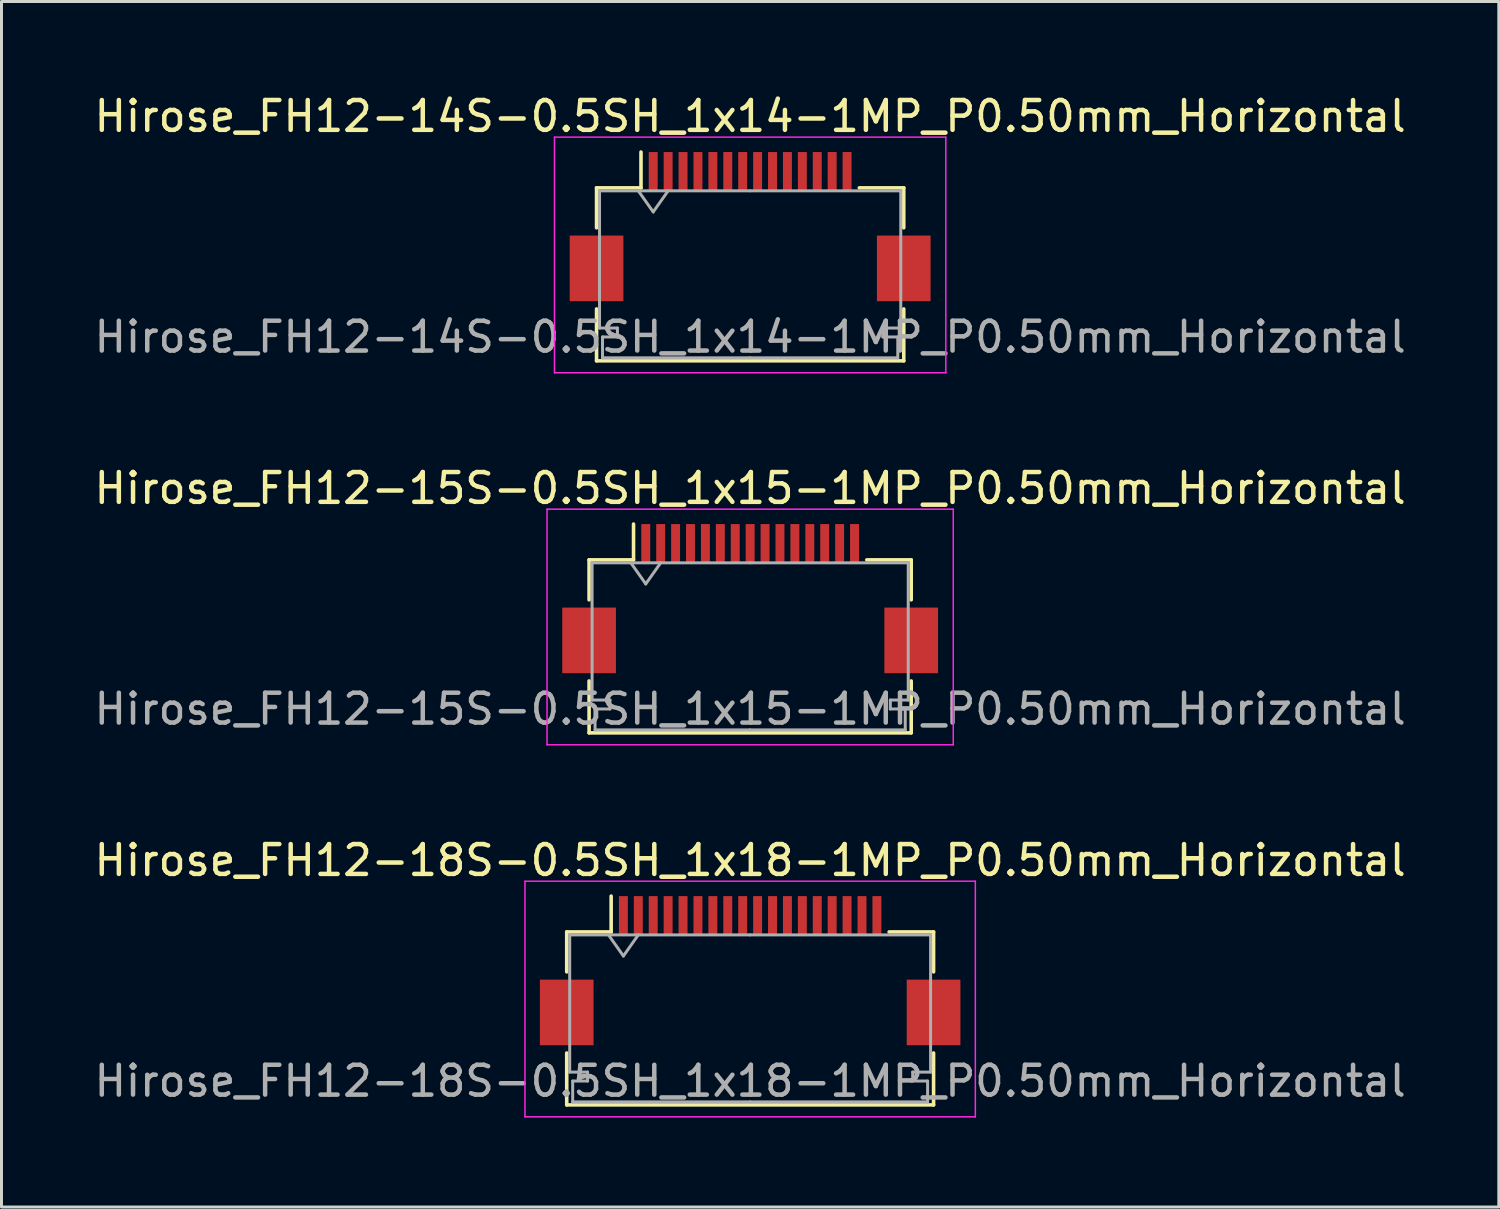
<source format=kicad_pcb>
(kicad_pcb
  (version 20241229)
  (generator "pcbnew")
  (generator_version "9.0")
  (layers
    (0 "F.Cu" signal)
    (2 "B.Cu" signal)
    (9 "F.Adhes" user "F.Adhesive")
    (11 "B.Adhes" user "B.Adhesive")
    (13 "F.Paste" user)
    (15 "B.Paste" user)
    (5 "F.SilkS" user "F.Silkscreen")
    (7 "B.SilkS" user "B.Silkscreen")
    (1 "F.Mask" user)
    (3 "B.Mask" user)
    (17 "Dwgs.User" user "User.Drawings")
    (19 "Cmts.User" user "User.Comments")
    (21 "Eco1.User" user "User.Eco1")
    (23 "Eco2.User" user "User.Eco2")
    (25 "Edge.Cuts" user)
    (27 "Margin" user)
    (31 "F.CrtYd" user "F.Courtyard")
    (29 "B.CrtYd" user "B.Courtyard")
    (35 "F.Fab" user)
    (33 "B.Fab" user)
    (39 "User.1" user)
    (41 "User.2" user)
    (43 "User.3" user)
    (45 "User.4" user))
  (footprint "Hirose_FH12-15S-0.5SH_1x15-1MP_P0.50mm_Horizontal"
    (layer "F.Cu")
    (at 22.101 17.021)
    (property "Reference" "Hirose_FH12-15S-0.5SH_1x15-1MP_P0.50mm_Horizontal" (at 0 -3.7 0) (layer "F.SilkS") (effects (font (size 1 1) (thickness 0.15))))
    (attr smd)
    (fp_line (start -5.4 -1.3) (end -5.4 0.04) (stroke (width 0.12) (type solid)) (layer "F.SilkS"))
    (fp_line (start -5.4 2.76) (end -5.4 4.5) (stroke (width 0.12) (type solid)) (layer "F.SilkS"))
    (fp_line (start -5.4 4.5) (end 5.4 4.5) (stroke (width 0.12) (type solid)) (layer "F.SilkS"))
    (fp_line (start -3.91 -1.3) (end -5.4 -1.3) (stroke (width 0.12) (type solid)) (layer "F.SilkS"))
    (fp_line (start -3.91 -1.3) (end -3.91 -2.5) (stroke (width 0.12) (type solid)) (layer "F.SilkS"))
    (fp_line (start 3.91 -1.3) (end 5.4 -1.3) (stroke (width 0.12) (type solid)) (layer "F.SilkS"))
    (fp_line (start 5.4 -1.3) (end 5.4 0.04) (stroke (width 0.12) (type solid)) (layer "F.SilkS"))
    (fp_line (start 5.4 4.5) (end 5.4 2.76) (stroke (width 0.12) (type solid)) (layer "F.SilkS"))
    (fp_line (start -6.81 -3) (end -6.81 4.9) (stroke (width 0.05) (type solid)) (layer "F.CrtYd"))
    (fp_line (start -6.81 4.9) (end 6.81 4.9) (stroke (width 0.05) (type solid)) (layer "F.CrtYd"))
    (fp_line (start 6.81 -3) (end -6.81 -3) (stroke (width 0.05) (type solid)) (layer "F.CrtYd"))
    (fp_line (start 6.81 4.9) (end 6.81 -3) (stroke (width 0.05) (type solid)) (layer "F.CrtYd"))
    (fp_line (start -5.3 -1.2) (end -5.3 3.4) (stroke (width 0.1) (type solid)) (layer "F.Fab"))
    (fp_line (start -5.3 3.4) (end -4.7 3.4) (stroke (width 0.1) (type solid)) (layer "F.Fab"))
    (fp_line (start -5.2 3.7) (end -5.2 4.4) (stroke (width 0.1) (type solid)) (layer "F.Fab"))
    (fp_line (start -5.2 4.4) (end 0 4.4) (stroke (width 0.1) (type solid)) (layer "F.Fab"))
    (fp_line (start -4.7 3.4) (end -4.7 3.7) (stroke (width 0.1) (type solid)) (layer "F.Fab"))
    (fp_line (start -4.7 3.7) (end -5.2 3.7) (stroke (width 0.1) (type solid)) (layer "F.Fab"))
    (fp_line (start -4 -1.2) (end -3.5 -0.493) (stroke (width 0.1) (type solid)) (layer "F.Fab"))
    (fp_line (start -3.5 -0.493) (end -3 -1.2) (stroke (width 0.1) (type solid)) (layer "F.Fab"))
    (fp_line (start 0 -1.2) (end -5.3 -1.2) (stroke (width 0.1) (type solid)) (layer "F.Fab"))
    (fp_line (start 0 -1.2) (end 5.3 -1.2) (stroke (width 0.1) (type solid)) (layer "F.Fab"))
    (fp_line (start 4.7 3.4) (end 4.7 3.7) (stroke (width 0.1) (type solid)) (layer "F.Fab"))
    (fp_line (start 4.7 3.7) (end 5.2 3.7) (stroke (width 0.1) (type solid)) (layer "F.Fab"))
    (fp_line (start 5.2 3.7) (end 5.2 4.4) (stroke (width 0.1) (type solid)) (layer "F.Fab"))
    (fp_line (start 5.2 4.4) (end 0 4.4) (stroke (width 0.1) (type solid)) (layer "F.Fab"))
    (fp_line (start 5.3 -1.2) (end 5.3 3.4) (stroke (width 0.1) (type solid)) (layer "F.Fab"))
    (fp_line (start 5.3 3.4) (end 4.7 3.4) (stroke (width 0.1) (type solid)) (layer "F.Fab"))
    (fp_text user "${REFERENCE}" (at 0 3.7 0) (layer "F.Fab") (effects (font (size 1 1) (thickness 0.15))))
    (pad "1" smd rect (at -3.5 -1.85) (size 0.3 1.3) (layers "F.Cu" "F.Mask" "F.Paste"))
    (pad "2" smd rect (at -3 -1.85) (size 0.3 1.3) (layers "F.Cu" "F.Mask" "F.Paste"))
    (pad "3" smd rect (at -2.5 -1.85) (size 0.3 1.3) (layers "F.Cu" "F.Mask" "F.Paste"))
    (pad "4" smd rect (at -2 -1.85) (size 0.3 1.3) (layers "F.Cu" "F.Mask" "F.Paste"))
    (pad "5" smd rect (at -1.5 -1.85) (size 0.3 1.3) (layers "F.Cu" "F.Mask" "F.Paste"))
    (pad "6" smd rect (at -1 -1.85) (size 0.3 1.3) (layers "F.Cu" "F.Mask" "F.Paste"))
    (pad "7" smd rect (at -0.5 -1.85) (size 0.3 1.3) (layers "F.Cu" "F.Mask" "F.Paste"))
    (pad "8" smd rect (at 0 -1.85) (size 0.3 1.3) (layers "F.Cu" "F.Mask" "F.Paste"))
    (pad "9" smd rect (at 0.5 -1.85) (size 0.3 1.3) (layers "F.Cu" "F.Mask" "F.Paste"))
    (pad "10" smd rect (at 1 -1.85) (size 0.3 1.3) (layers "F.Cu" "F.Mask" "F.Paste"))
    (pad "11" smd rect (at 1.5 -1.85) (size 0.3 1.3) (layers "F.Cu" "F.Mask" "F.Paste"))
    (pad "12" smd rect (at 2 -1.85) (size 0.3 1.3) (layers "F.Cu" "F.Mask" "F.Paste"))
    (pad "13" smd rect (at 2.5 -1.85) (size 0.3 1.3) (layers "F.Cu" "F.Mask" "F.Paste"))
    (pad "14" smd rect (at 3 -1.85) (size 0.3 1.3) (layers "F.Cu" "F.Mask" "F.Paste"))
    (pad "15" smd rect (at 3.5 -1.85) (size 0.3 1.3) (layers "F.Cu" "F.Mask" "F.Paste"))
    (pad "MP" smd rect (at -5.4 1.4) (size 1.8 2.2) (layers "F.Cu" "F.Mask" "F.Paste"))
    (pad "MP" smd rect (at 5.4 1.4) (size 1.8 2.2) (layers "F.Cu" "F.Mask" "F.Paste")))
  (footprint "Hirose_FH12-18S-0.5SH_1x18-1MP_P0.50mm_Horizontal"
    (layer "F.Cu")
    (at 22.101 29.495)
    (property "Reference" "Hirose_FH12-18S-0.5SH_1x18-1MP_P0.50mm_Horizontal" (at 0 -3.7 0) (layer "F.SilkS") (effects (font (size 1 1) (thickness 0.15))))
    (attr smd)
    (fp_line (start -6.15 -1.3) (end -6.15 0.04) (stroke (width 0.12) (type solid)) (layer "F.SilkS"))
    (fp_line (start -6.15 2.76) (end -6.15 4.5) (stroke (width 0.12) (type solid)) (layer "F.SilkS"))
    (fp_line (start -6.15 4.5) (end 6.15 4.5) (stroke (width 0.12) (type solid)) (layer "F.SilkS"))
    (fp_line (start -4.66 -1.3) (end -6.15 -1.3) (stroke (width 0.12) (type solid)) (layer "F.SilkS"))
    (fp_line (start -4.66 -1.3) (end -4.66 -2.5) (stroke (width 0.12) (type solid)) (layer "F.SilkS"))
    (fp_line (start 4.66 -1.3) (end 6.15 -1.3) (stroke (width 0.12) (type solid)) (layer "F.SilkS"))
    (fp_line (start 6.15 -1.3) (end 6.15 0.04) (stroke (width 0.12) (type solid)) (layer "F.SilkS"))
    (fp_line (start 6.15 4.5) (end 6.15 2.76) (stroke (width 0.12) (type solid)) (layer "F.SilkS"))
    (fp_line (start -7.55 -3) (end -7.55 4.9) (stroke (width 0.05) (type solid)) (layer "F.CrtYd"))
    (fp_line (start -7.55 4.9) (end 7.55 4.9) (stroke (width 0.05) (type solid)) (layer "F.CrtYd"))
    (fp_line (start 7.55 -3) (end -7.55 -3) (stroke (width 0.05) (type solid)) (layer "F.CrtYd"))
    (fp_line (start 7.55 4.9) (end 7.55 -3) (stroke (width 0.05) (type solid)) (layer "F.CrtYd"))
    (fp_line (start -6.05 -1.2) (end -6.05 3.4) (stroke (width 0.1) (type solid)) (layer "F.Fab"))
    (fp_line (start -6.05 3.4) (end -5.45 3.4) (stroke (width 0.1) (type solid)) (layer "F.Fab"))
    (fp_line (start -5.95 3.7) (end -5.95 4.4) (stroke (width 0.1) (type solid)) (layer "F.Fab"))
    (fp_line (start -5.95 4.4) (end 0 4.4) (stroke (width 0.1) (type solid)) (layer "F.Fab"))
    (fp_line (start -5.45 3.4) (end -5.45 3.7) (stroke (width 0.1) (type solid)) (layer "F.Fab"))
    (fp_line (start -5.45 3.7) (end -5.95 3.7) (stroke (width 0.1) (type solid)) (layer "F.Fab"))
    (fp_line (start -4.75 -1.2) (end -4.25 -0.493) (stroke (width 0.1) (type solid)) (layer "F.Fab"))
    (fp_line (start -4.25 -0.493) (end -3.75 -1.2) (stroke (width 0.1) (type solid)) (layer "F.Fab"))
    (fp_line (start 0 -1.2) (end -6.05 -1.2) (stroke (width 0.1) (type solid)) (layer "F.Fab"))
    (fp_line (start 0 -1.2) (end 6.05 -1.2) (stroke (width 0.1) (type solid)) (layer "F.Fab"))
    (fp_line (start 5.45 3.4) (end 5.45 3.7) (stroke (width 0.1) (type solid)) (layer "F.Fab"))
    (fp_line (start 5.45 3.7) (end 5.95 3.7) (stroke (width 0.1) (type solid)) (layer "F.Fab"))
    (fp_line (start 5.95 3.7) (end 5.95 4.4) (stroke (width 0.1) (type solid)) (layer "F.Fab"))
    (fp_line (start 5.95 4.4) (end 0 4.4) (stroke (width 0.1) (type solid)) (layer "F.Fab"))
    (fp_line (start 6.05 -1.2) (end 6.05 3.4) (stroke (width 0.1) (type solid)) (layer "F.Fab"))
    (fp_line (start 6.05 3.4) (end 5.45 3.4) (stroke (width 0.1) (type solid)) (layer "F.Fab"))
    (fp_text user "${REFERENCE}" (at 0 3.7 0) (layer "F.Fab") (effects (font (size 1 1) (thickness 0.15))))
    (pad "1" smd rect (at -4.25 -1.85) (size 0.3 1.3) (layers "F.Cu" "F.Mask" "F.Paste"))
    (pad "2" smd rect (at -3.75 -1.85) (size 0.3 1.3) (layers "F.Cu" "F.Mask" "F.Paste"))
    (pad "3" smd rect (at -3.25 -1.85) (size 0.3 1.3) (layers "F.Cu" "F.Mask" "F.Paste"))
    (pad "4" smd rect (at -2.75 -1.85) (size 0.3 1.3) (layers "F.Cu" "F.Mask" "F.Paste"))
    (pad "5" smd rect (at -2.25 -1.85) (size 0.3 1.3) (layers "F.Cu" "F.Mask" "F.Paste"))
    (pad "6" smd rect (at -1.75 -1.85) (size 0.3 1.3) (layers "F.Cu" "F.Mask" "F.Paste"))
    (pad "7" smd rect (at -1.25 -1.85) (size 0.3 1.3) (layers "F.Cu" "F.Mask" "F.Paste"))
    (pad "8" smd rect (at -0.75 -1.85) (size 0.3 1.3) (layers "F.Cu" "F.Mask" "F.Paste"))
    (pad "9" smd rect (at -0.25 -1.85) (size 0.3 1.3) (layers "F.Cu" "F.Mask" "F.Paste"))
    (pad "10" smd rect (at 0.25 -1.85) (size 0.3 1.3) (layers "F.Cu" "F.Mask" "F.Paste"))
    (pad "11" smd rect (at 0.75 -1.85) (size 0.3 1.3) (layers "F.Cu" "F.Mask" "F.Paste"))
    (pad "12" smd rect (at 1.25 -1.85) (size 0.3 1.3) (layers "F.Cu" "F.Mask" "F.Paste"))
    (pad "13" smd rect (at 1.75 -1.85) (size 0.3 1.3) (layers "F.Cu" "F.Mask" "F.Paste"))
    (pad "14" smd rect (at 2.25 -1.85) (size 0.3 1.3) (layers "F.Cu" "F.Mask" "F.Paste"))
    (pad "15" smd rect (at 2.75 -1.85) (size 0.3 1.3) (layers "F.Cu" "F.Mask" "F.Paste"))
    (pad "16" smd rect (at 3.25 -1.85) (size 0.3 1.3) (layers "F.Cu" "F.Mask" "F.Paste"))
    (pad "17" smd rect (at 3.75 -1.85) (size 0.3 1.3) (layers "F.Cu" "F.Mask" "F.Paste"))
    (pad "18" smd rect (at 4.25 -1.85) (size 0.3 1.3) (layers "F.Cu" "F.Mask" "F.Paste"))
    (pad "MP" smd rect (at -6.15 1.4) (size 1.8 2.2) (layers "F.Cu" "F.Mask" "F.Paste"))
    (pad "MP" smd rect (at 6.15 1.4) (size 1.8 2.2) (layers "F.Cu" "F.Mask" "F.Paste")))
  (footprint "Hirose_FH12-14S-0.5SH_1x14-1MP_P0.50mm_Horizontal"
    (layer "F.Cu")
    (at 22.101 4.548)
    (property "Reference" "Hirose_FH12-14S-0.5SH_1x14-1MP_P0.50mm_Horizontal" (at 0 -3.7 0) (layer "F.SilkS") (effects (font (size 1 1) (thickness 0.15))))
    (attr smd)
    (fp_line (start -5.15 -1.3) (end -5.15 0.04) (stroke (width 0.12) (type solid)) (layer "F.SilkS"))
    (fp_line (start -5.15 2.76) (end -5.15 4.5) (stroke (width 0.12) (type solid)) (layer "F.SilkS"))
    (fp_line (start -5.15 4.5) (end 5.15 4.5) (stroke (width 0.12) (type solid)) (layer "F.SilkS"))
    (fp_line (start -3.66 -1.3) (end -5.15 -1.3) (stroke (width 0.12) (type solid)) (layer "F.SilkS"))
    (fp_line (start -3.66 -1.3) (end -3.66 -2.5) (stroke (width 0.12) (type solid)) (layer "F.SilkS"))
    (fp_line (start 3.66 -1.3) (end 5.15 -1.3) (stroke (width 0.12) (type solid)) (layer "F.SilkS"))
    (fp_line (start 5.15 -1.3) (end 5.15 0.04) (stroke (width 0.12) (type solid)) (layer "F.SilkS"))
    (fp_line (start 5.15 4.5) (end 5.15 2.76) (stroke (width 0.12) (type solid)) (layer "F.SilkS"))
    (fp_line (start -6.56 -3) (end -6.56 4.9) (stroke (width 0.05) (type solid)) (layer "F.CrtYd"))
    (fp_line (start -6.56 4.9) (end 6.56 4.9) (stroke (width 0.05) (type solid)) (layer "F.CrtYd"))
    (fp_line (start 6.56 -3) (end -6.56 -3) (stroke (width 0.05) (type solid)) (layer "F.CrtYd"))
    (fp_line (start 6.56 4.9) (end 6.56 -3) (stroke (width 0.05) (type solid)) (layer "F.CrtYd"))
    (fp_line (start -5.05 -1.2) (end -5.05 3.4) (stroke (width 0.1) (type solid)) (layer "F.Fab"))
    (fp_line (start -5.05 3.4) (end -4.45 3.4) (stroke (width 0.1) (type solid)) (layer "F.Fab"))
    (fp_line (start -4.95 3.7) (end -4.95 4.4) (stroke (width 0.1) (type solid)) (layer "F.Fab"))
    (fp_line (start -4.95 4.4) (end 0 4.4) (stroke (width 0.1) (type solid)) (layer "F.Fab"))
    (fp_line (start -4.45 3.4) (end -4.45 3.7) (stroke (width 0.1) (type solid)) (layer "F.Fab"))
    (fp_line (start -4.45 3.7) (end -4.95 3.7) (stroke (width 0.1) (type solid)) (layer "F.Fab"))
    (fp_line (start -3.75 -1.2) (end -3.25 -0.493) (stroke (width 0.1) (type solid)) (layer "F.Fab"))
    (fp_line (start -3.25 -0.493) (end -2.75 -1.2) (stroke (width 0.1) (type solid)) (layer "F.Fab"))
    (fp_line (start 0 -1.2) (end -5.05 -1.2) (stroke (width 0.1) (type solid)) (layer "F.Fab"))
    (fp_line (start 0 -1.2) (end 5.05 -1.2) (stroke (width 0.1) (type solid)) (layer "F.Fab"))
    (fp_line (start 4.45 3.4) (end 4.45 3.7) (stroke (width 0.1) (type solid)) (layer "F.Fab"))
    (fp_line (start 4.45 3.7) (end 4.95 3.7) (stroke (width 0.1) (type solid)) (layer "F.Fab"))
    (fp_line (start 4.95 3.7) (end 4.95 4.4) (stroke (width 0.1) (type solid)) (layer "F.Fab"))
    (fp_line (start 4.95 4.4) (end 0 4.4) (stroke (width 0.1) (type solid)) (layer "F.Fab"))
    (fp_line (start 5.05 -1.2) (end 5.05 3.4) (stroke (width 0.1) (type solid)) (layer "F.Fab"))
    (fp_line (start 5.05 3.4) (end 4.45 3.4) (stroke (width 0.1) (type solid)) (layer "F.Fab"))
    (fp_text user "${REFERENCE}" (at 0 3.7 0) (layer "F.Fab") (effects (font (size 1 1) (thickness 0.15))))
    (pad "1" smd rect (at -3.25 -1.85) (size 0.3 1.3) (layers "F.Cu" "F.Mask" "F.Paste"))
    (pad "2" smd rect (at -2.75 -1.85) (size 0.3 1.3) (layers "F.Cu" "F.Mask" "F.Paste"))
    (pad "3" smd rect (at -2.25 -1.85) (size 0.3 1.3) (layers "F.Cu" "F.Mask" "F.Paste"))
    (pad "4" smd rect (at -1.75 -1.85) (size 0.3 1.3) (layers "F.Cu" "F.Mask" "F.Paste"))
    (pad "5" smd rect (at -1.25 -1.85) (size 0.3 1.3) (layers "F.Cu" "F.Mask" "F.Paste"))
    (pad "6" smd rect (at -0.75 -1.85) (size 0.3 1.3) (layers "F.Cu" "F.Mask" "F.Paste"))
    (pad "7" smd rect (at -0.25 -1.85) (size 0.3 1.3) (layers "F.Cu" "F.Mask" "F.Paste"))
    (pad "8" smd rect (at 0.25 -1.85) (size 0.3 1.3) (layers "F.Cu" "F.Mask" "F.Paste"))
    (pad "9" smd rect (at 0.75 -1.85) (size 0.3 1.3) (layers "F.Cu" "F.Mask" "F.Paste"))
    (pad "10" smd rect (at 1.25 -1.85) (size 0.3 1.3) (layers "F.Cu" "F.Mask" "F.Paste"))
    (pad "11" smd rect (at 1.75 -1.85) (size 0.3 1.3) (layers "F.Cu" "F.Mask" "F.Paste"))
    (pad "12" smd rect (at 2.25 -1.85) (size 0.3 1.3) (layers "F.Cu" "F.Mask" "F.Paste"))
    (pad "13" smd rect (at 2.75 -1.85) (size 0.3 1.3) (layers "F.Cu" "F.Mask" "F.Paste"))
    (pad "14" smd rect (at 3.25 -1.85) (size 0.3 1.3) (layers "F.Cu" "F.Mask" "F.Paste"))
    (pad "MP" smd rect (at -5.15 1.4) (size 1.8 2.2) (layers "F.Cu" "F.Mask" "F.Paste"))
    (pad "MP" smd rect (at 5.15 1.4) (size 1.8 2.2) (layers "F.Cu" "F.Mask" "F.Paste")))
  (gr_rect
    (start -3 -3)
    (end 47.202 37.42)
    (stroke (width 0.1) (type default))
    (fill no)
    (layer "Edge.Cuts")))
</source>
